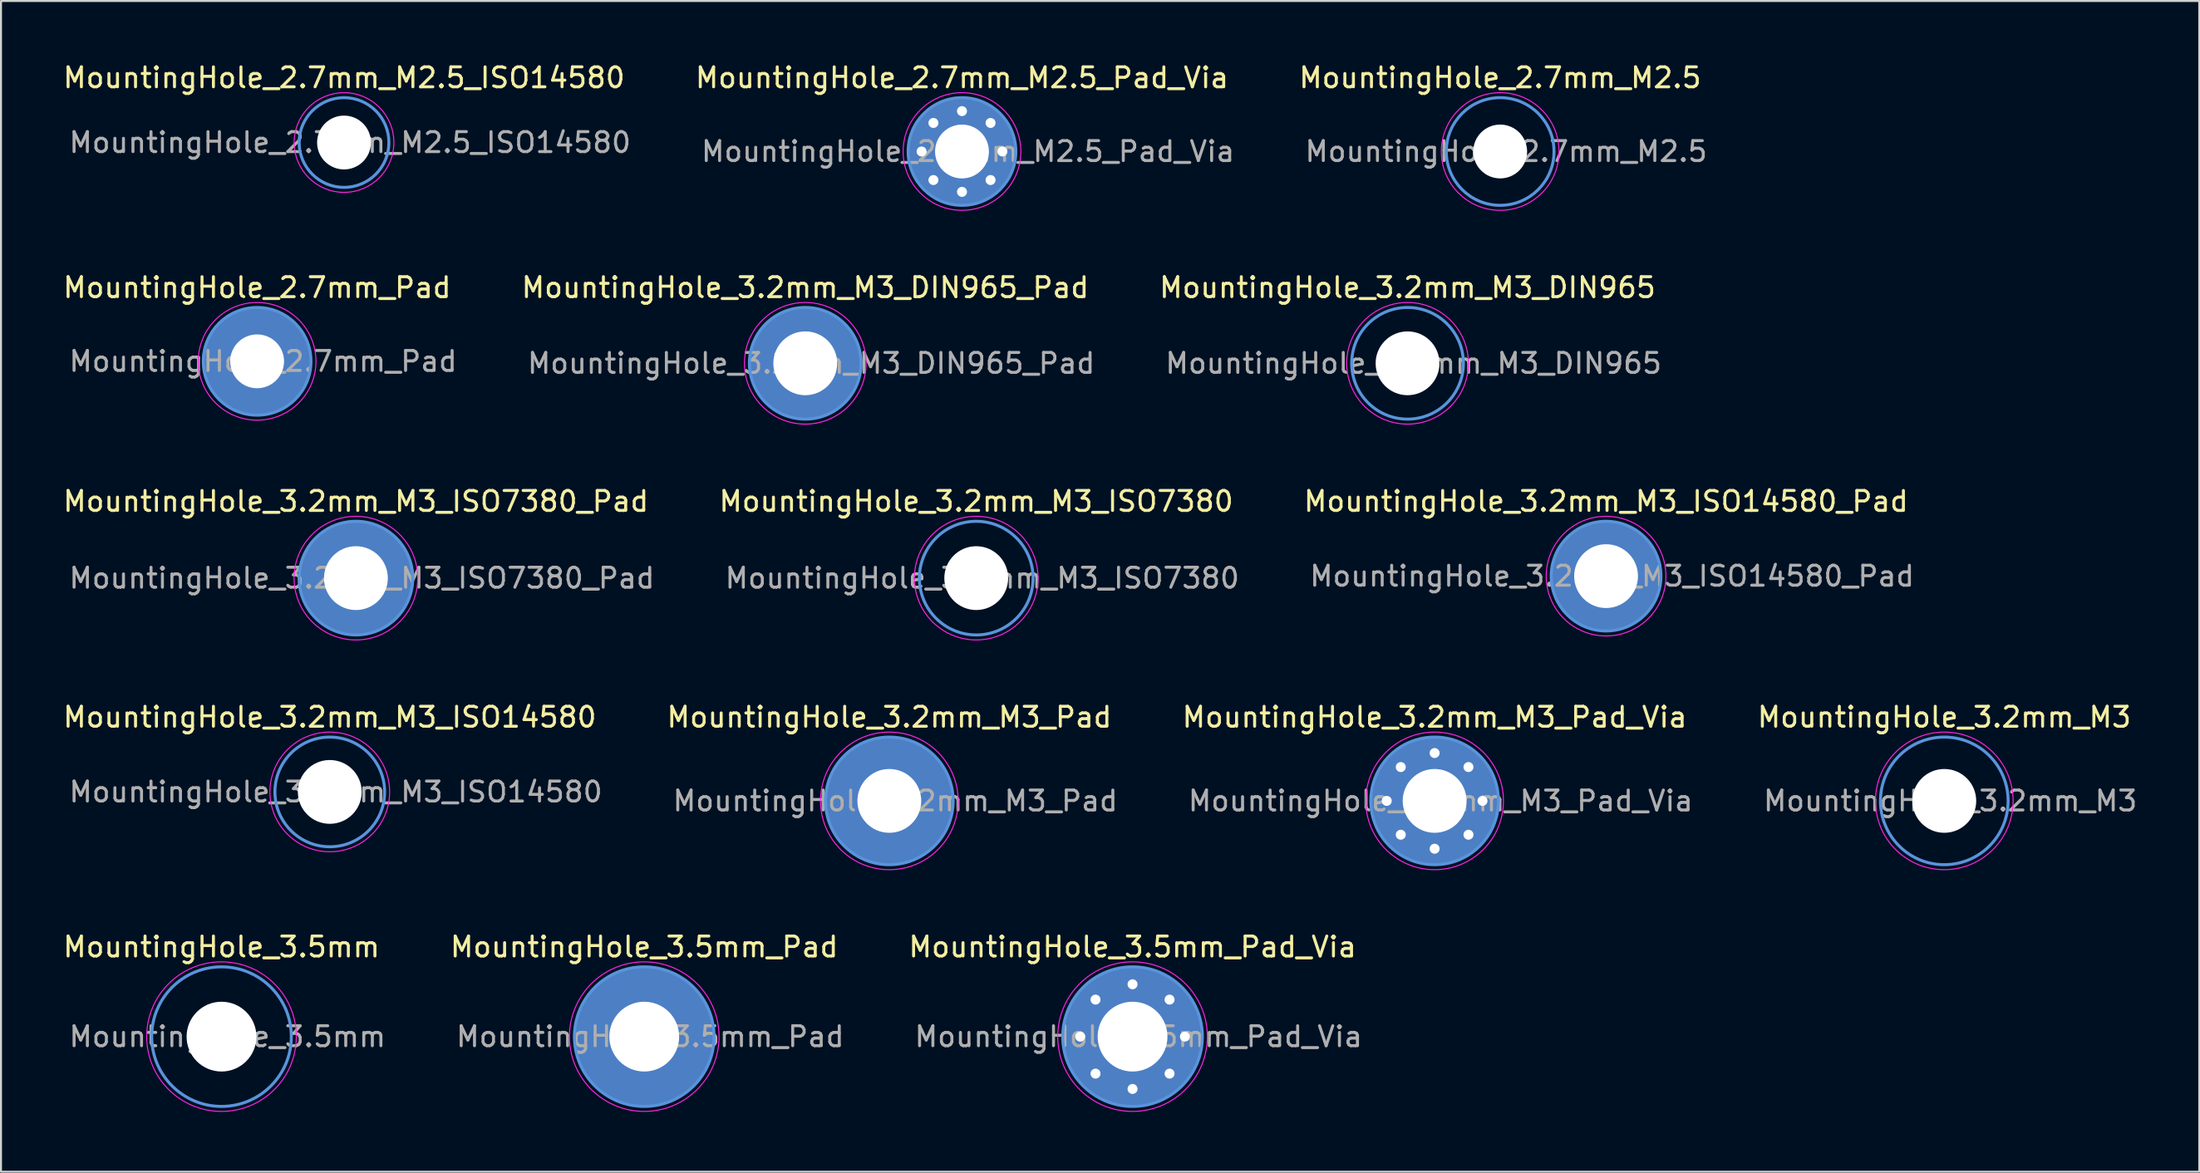
<source format=kicad_pcb>
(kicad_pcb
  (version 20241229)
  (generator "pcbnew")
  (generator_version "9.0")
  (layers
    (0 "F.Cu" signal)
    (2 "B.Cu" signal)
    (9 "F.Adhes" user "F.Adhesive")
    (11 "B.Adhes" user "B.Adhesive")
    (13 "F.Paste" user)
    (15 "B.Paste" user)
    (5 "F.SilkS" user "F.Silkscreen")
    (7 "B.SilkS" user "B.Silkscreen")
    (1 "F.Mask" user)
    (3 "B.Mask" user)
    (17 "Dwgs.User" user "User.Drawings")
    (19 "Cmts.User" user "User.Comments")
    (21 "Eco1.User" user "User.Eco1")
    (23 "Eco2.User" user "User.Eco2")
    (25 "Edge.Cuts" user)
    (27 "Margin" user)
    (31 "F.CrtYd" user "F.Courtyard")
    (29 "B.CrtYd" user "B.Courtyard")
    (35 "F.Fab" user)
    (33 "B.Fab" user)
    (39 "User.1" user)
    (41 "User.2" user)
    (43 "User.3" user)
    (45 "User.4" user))
  (footprint "MountingHole_3.2mm_M3_Pad_Via"
    (layer "F.Cu")
    (at 68.868 37.118)
    (property "Reference" "MountingHole_3.2mm_M3_Pad_Via" (at 0 -4.2 0) (layer "F.SilkS") (effects (font (size 1 1) (thickness 0.15))))
    (attr through_hole)
    (fp_circle (center 0 0) (end 3.2 0) (stroke (width 0.15) (type solid)) (fill no) (layer "Cmts.User"))
    (fp_circle (center 0 0) (end 3.45 0) (stroke (width 0.05) (type solid)) (fill no) (layer "F.CrtYd"))
    (fp_text user "${REFERENCE}" (at 0.3 0 0) (layer "F.Fab") (effects (font (size 1 1) (thickness 0.15))))
    (pad "" thru_hole circle (at -2.4 0) (size 0.8 0.8) (drill 0.5) (layers "*.Cu" "*.Mask"))
    (pad "" thru_hole circle (at -1.697 -1.697) (size 0.8 0.8) (drill 0.5) (layers "*.Cu" "*.Mask"))
    (pad "" thru_hole circle (at -1.697 1.697) (size 0.8 0.8) (drill 0.5) (layers "*.Cu" "*.Mask"))
    (pad "" thru_hole circle (at 0 -2.4) (size 0.8 0.8) (drill 0.5) (layers "*.Cu" "*.Mask"))
    (pad "" thru_hole circle (at 0 2.4) (size 0.8 0.8) (drill 0.5) (layers "*.Cu" "*.Mask"))
    (pad "" thru_hole circle (at 1.697 -1.697) (size 0.8 0.8) (drill 0.5) (layers "*.Cu" "*.Mask"))
    (pad "" thru_hole circle (at 1.697 1.697) (size 0.8 0.8) (drill 0.5) (layers "*.Cu" "*.Mask"))
    (pad "" thru_hole circle (at 2.4 0) (size 0.8 0.8) (drill 0.5) (layers "*.Cu" "*.Mask"))
    (pad "1" thru_hole circle (at 0 0) (size 6.4 6.4) (drill 3.2) (layers "*.Cu" "*.Mask")))
  (footprint "MountingHole_2.7mm_M2.5"
    (layer "F.Cu")
    (at 72.154 4.548)
    (property "Reference" "MountingHole_2.7mm_M2.5" (at 0 -3.7 0) (layer "F.SilkS") (effects (font (size 1 1) (thickness 0.15))))
    (attr through_hole)
    (fp_circle (center 0 0) (end 2.7 0) (stroke (width 0.15) (type solid)) (fill no) (layer "Cmts.User"))
    (fp_circle (center 0 0) (end 2.95 0) (stroke (width 0.05) (type solid)) (fill no) (layer "F.CrtYd"))
    (fp_text user "${REFERENCE}" (at 0.3 0 0) (layer "F.Fab") (effects (font (size 1 1) (thickness 0.15))))
    (pad "" np_thru_hole circle (at 0 0) (size 2.7 2.7) (drill 2.7) (layers "*.Cu" "*.Mask")))
  (footprint "MountingHole_3.2mm_M3_ISO14580"
    (layer "F.Cu")
    (at 13.482 36.668)
    (property "Reference" "MountingHole_3.2mm_M3_ISO14580" (at 0 -3.75 0) (layer "F.SilkS") (effects (font (size 1 1) (thickness 0.15))))
    (attr through_hole)
    (fp_circle (center 0 0) (end 2.75 0) (stroke (width 0.15) (type solid)) (fill no) (layer "Cmts.User"))
    (fp_circle (center 0 0) (end 3 0) (stroke (width 0.05) (type solid)) (fill no) (layer "F.CrtYd"))
    (fp_text user "${REFERENCE}" (at 0.3 0 0) (layer "F.Fab") (effects (font (size 1 1) (thickness 0.15))))
    (pad "" np_thru_hole circle (at 0 0) (size 3.2 3.2) (drill 3.2) (layers "*.Cu" "*.Mask")))
  (footprint "MountingHole_3.2mm_M3_ISO14580_Pad"
    (layer "F.Cu")
    (at 77.463 25.845)
    (property "Reference" "MountingHole_3.2mm_M3_ISO14580_Pad" (at 0 -3.75 0) (layer "F.SilkS") (effects (font (size 1 1) (thickness 0.15))))
    (attr through_hole)
    (fp_circle (center 0 0) (end 2.75 0) (stroke (width 0.15) (type solid)) (fill no) (layer "Cmts.User"))
    (fp_circle (center 0 0) (end 3 0) (stroke (width 0.05) (type solid)) (fill no) (layer "F.CrtYd"))
    (fp_text user "${REFERENCE}" (at 0.3 0 0) (layer "F.Fab") (effects (font (size 1 1) (thickness 0.15))))
    (pad "1" thru_hole circle (at 0 0) (size 5.5 5.5) (drill 3.2) (layers "*.Cu" "*.Mask")))
  (footprint "MountingHole_3.5mm"
    (layer "F.Cu")
    (at 8.054 48.941)
    (property "Reference" "MountingHole_3.5mm" (at 0 -4.5 0) (layer "F.SilkS") (effects (font (size 1 1) (thickness 0.15))))
    (attr through_hole)
    (fp_circle (center 0 0) (end 3.5 0) (stroke (width 0.15) (type solid)) (fill no) (layer "Cmts.User"))
    (fp_circle (center 0 0) (end 3.75 0) (stroke (width 0.05) (type solid)) (fill no) (layer "F.CrtYd"))
    (fp_text user "${REFERENCE}" (at 0.3 0 0) (layer "F.Fab") (effects (font (size 1 1) (thickness 0.15))))
    (pad "" np_thru_hole circle (at 0 0) (size 3.5 3.5) (drill 3.5) (layers "*.Cu" "*.Mask")))
  (footprint "MountingHole_3.5mm_Pad_Via"
    (layer "F.Cu")
    (at 53.725 48.941)
    (property "Reference" "MountingHole_3.5mm_Pad_Via" (at 0 -4.5 0) (layer "F.SilkS") (effects (font (size 1 1) (thickness 0.15))))
    (attr through_hole)
    (fp_circle (center 0 0) (end 3.5 0) (stroke (width 0.15) (type solid)) (fill no) (layer "Cmts.User"))
    (fp_circle (center 0 0) (end 3.75 0) (stroke (width 0.05) (type solid)) (fill no) (layer "F.CrtYd"))
    (fp_text user "${REFERENCE}" (at 0.3 0 0) (layer "F.Fab") (effects (font (size 1 1) (thickness 0.15))))
    (pad "" thru_hole circle (at -2.625 0) (size 0.8 0.8) (drill 0.5) (layers "*.Cu" "*.Mask"))
    (pad "" thru_hole circle (at -1.856 -1.856) (size 0.8 0.8) (drill 0.5) (layers "*.Cu" "*.Mask"))
    (pad "" thru_hole circle (at -1.856 1.856) (size 0.8 0.8) (drill 0.5) (layers "*.Cu" "*.Mask"))
    (pad "" thru_hole circle (at 0 -2.625) (size 0.8 0.8) (drill 0.5) (layers "*.Cu" "*.Mask"))
    (pad "" thru_hole circle (at 0 2.625) (size 0.8 0.8) (drill 0.5) (layers "*.Cu" "*.Mask"))
    (pad "" thru_hole circle (at 1.856 -1.856) (size 0.8 0.8) (drill 0.5) (layers "*.Cu" "*.Mask"))
    (pad "" thru_hole circle (at 1.856 1.856) (size 0.8 0.8) (drill 0.5) (layers "*.Cu" "*.Mask"))
    (pad "" thru_hole circle (at 2.625 0) (size 0.8 0.8) (drill 0.5) (layers "*.Cu" "*.Mask"))
    (pad "1" thru_hole circle (at 0 0) (size 7 7) (drill 3.5) (layers "*.Cu" "*.Mask")))
  (footprint "MountingHole_3.2mm_M3"
    (layer "F.Cu")
    (at 94.418 37.118)
    (property "Reference" "MountingHole_3.2mm_M3" (at 0 -4.2 0) (layer "F.SilkS") (effects (font (size 1 1) (thickness 0.15))))
    (attr through_hole)
    (fp_circle (center 0 0) (end 3.2 0) (stroke (width 0.15) (type solid)) (fill no) (layer "Cmts.User"))
    (fp_circle (center 0 0) (end 3.45 0) (stroke (width 0.05) (type solid)) (fill no) (layer "F.CrtYd"))
    (fp_text user "${REFERENCE}" (at 0.3 0 0) (layer "F.Fab") (effects (font (size 1 1) (thickness 0.15))))
    (pad "" np_thru_hole circle (at 0 0) (size 3.2 3.2) (drill 3.2) (layers "*.Cu" "*.Mask")))
  (footprint "MountingHole_3.2mm_M3_Pad"
    (layer "F.Cu")
    (at 41.532 37.118)
    (property "Reference" "MountingHole_3.2mm_M3_Pad" (at 0 -4.2 0) (layer "F.SilkS") (effects (font (size 1 1) (thickness 0.15))))
    (attr through_hole)
    (fp_circle (center 0 0) (end 3.2 0) (stroke (width 0.15) (type solid)) (fill no) (layer "Cmts.User"))
    (fp_circle (center 0 0) (end 3.45 0) (stroke (width 0.05) (type solid)) (fill no) (layer "F.CrtYd"))
    (fp_text user "${REFERENCE}" (at 0.3 0 0) (layer "F.Fab") (effects (font (size 1 1) (thickness 0.15))))
    (pad "1" thru_hole circle (at 0 0) (size 6.4 6.4) (drill 3.2) (layers "*.Cu" "*.Mask")))
  (footprint "MountingHole_3.2mm_M3_ISO7380_Pad"
    (layer "F.Cu")
    (at 14.792 25.945)
    (property "Reference" "MountingHole_3.2mm_M3_ISO7380_Pad" (at 0 -3.85 0) (layer "F.SilkS") (effects (font (size 1 1) (thickness 0.15))))
    (attr through_hole)
    (fp_circle (center 0 0) (end 2.85 0) (stroke (width 0.15) (type solid)) (fill no) (layer "Cmts.User"))
    (fp_circle (center 0 0) (end 3.1 0) (stroke (width 0.05) (type solid)) (fill no) (layer "F.CrtYd"))
    (fp_text user "${REFERENCE}" (at 0.3 0 0) (layer "F.Fab") (effects (font (size 1 1) (thickness 0.15))))
    (pad "1" thru_hole circle (at 0 0) (size 5.7 5.7) (drill 3.2) (layers "*.Cu" "*.Mask")))
  (footprint "MountingHole_3.2mm_M3_DIN965_Pad"
    (layer "F.Cu")
    (at 37.318 15.171)
    (property "Reference" "MountingHole_3.2mm_M3_DIN965_Pad" (at 0 -3.8 0) (layer "F.SilkS") (effects (font (size 1 1) (thickness 0.15))))
    (attr through_hole)
    (fp_circle (center 0 0) (end 2.8 0) (stroke (width 0.15) (type solid)) (fill no) (layer "Cmts.User"))
    (fp_circle (center 0 0) (end 3.05 0) (stroke (width 0.05) (type solid)) (fill no) (layer "F.CrtYd"))
    (fp_text user "${REFERENCE}" (at 0.3 0 0) (layer "F.Fab") (effects (font (size 1 1) (thickness 0.15))))
    (pad "1" thru_hole circle (at 0 0) (size 5.6 5.6) (drill 3.2) (layers "*.Cu" "*.Mask")))
  (footprint "MountingHole_2.7mm_Pad"
    (layer "F.Cu")
    (at 9.839 15.072)
    (property "Reference" "MountingHole_2.7mm_Pad" (at 0 -3.7 0) (layer "F.SilkS") (effects (font (size 1 1) (thickness 0.15))))
    (attr through_hole)
    (fp_circle (center 0 0) (end 2.7 0) (stroke (width 0.15) (type solid)) (fill no) (layer "Cmts.User"))
    (fp_circle (center 0 0) (end 2.95 0) (stroke (width 0.05) (type solid)) (fill no) (layer "F.CrtYd"))
    (fp_text user "${REFERENCE}" (at 0.3 0 0) (layer "F.Fab") (effects (font (size 1 1) (thickness 0.15))))
    (pad "1" thru_hole circle (at 0 0) (size 5.4 5.4) (drill 2.7) (layers "*.Cu" "*.Mask")))
  (footprint "MountingHole_2.7mm_M2.5_ISO14580"
    (layer "F.Cu")
    (at 14.196 4.098)
    (property "Reference" "MountingHole_2.7mm_M2.5_ISO14580" (at 0 -3.25 0) (layer "F.SilkS") (effects (font (size 1 1) (thickness 0.15))))
    (attr through_hole)
    (fp_circle (center 0 0) (end 2.25 0) (stroke (width 0.15) (type solid)) (fill no) (layer "Cmts.User"))
    (fp_circle (center 0 0) (end 2.5 0) (stroke (width 0.05) (type solid)) (fill no) (layer "F.CrtYd"))
    (fp_text user "${REFERENCE}" (at 0.3 0 0) (layer "F.Fab") (effects (font (size 1 1) (thickness 0.15))))
    (pad "" np_thru_hole circle (at 0 0) (size 2.7 2.7) (drill 2.7) (layers "*.Cu" "*.Mask")))
  (footprint "MountingHole_2.7mm_M2.5_Pad_Via"
    (layer "F.Cu")
    (at 45.175 4.548)
    (property "Reference" "MountingHole_2.7mm_M2.5_Pad_Via" (at 0 -3.7 0) (layer "F.SilkS") (effects (font (size 1 1) (thickness 0.15))))
    (attr through_hole)
    (fp_circle (center 0 0) (end 2.7 0) (stroke (width 0.15) (type solid)) (fill no) (layer "Cmts.User"))
    (fp_circle (center 0 0) (end 2.95 0) (stroke (width 0.05) (type solid)) (fill no) (layer "F.CrtYd"))
    (fp_text user "${REFERENCE}" (at 0.3 0 0) (layer "F.Fab") (effects (font (size 1 1) (thickness 0.15))))
    (pad "" thru_hole circle (at -2.025 0) (size 0.6 0.6) (drill 0.5) (layers "*.Cu" "*.Mask"))
    (pad "" thru_hole circle (at -1.432 -1.432) (size 0.6 0.6) (drill 0.5) (layers "*.Cu" "*.Mask"))
    (pad "" thru_hole circle (at -1.432 1.432) (size 0.6 0.6) (drill 0.5) (layers "*.Cu" "*.Mask"))
    (pad "" thru_hole circle (at 0 -2.025) (size 0.6 0.6) (drill 0.5) (layers "*.Cu" "*.Mask"))
    (pad "" thru_hole circle (at 0 2.025) (size 0.6 0.6) (drill 0.5) (layers "*.Cu" "*.Mask"))
    (pad "" thru_hole circle (at 1.432 -1.432) (size 0.6 0.6) (drill 0.5) (layers "*.Cu" "*.Mask"))
    (pad "" thru_hole circle (at 1.432 1.432) (size 0.6 0.6) (drill 0.5) (layers "*.Cu" "*.Mask"))
    (pad "" thru_hole circle (at 2.025 0) (size 0.6 0.6) (drill 0.5) (layers "*.Cu" "*.Mask"))
    (pad "1" thru_hole circle (at 0 0) (size 5.4 5.4) (drill 2.7) (layers "*.Cu" "*.Mask")))
  (footprint "MountingHole_3.2mm_M3_ISO7380"
    (layer "F.Cu")
    (at 45.889 25.945)
    (property "Reference" "MountingHole_3.2mm_M3_ISO7380" (at 0 -3.85 0) (layer "F.SilkS") (effects (font (size 1 1) (thickness 0.15))))
    (attr through_hole)
    (fp_circle (center 0 0) (end 2.85 0) (stroke (width 0.15) (type solid)) (fill no) (layer "Cmts.User"))
    (fp_circle (center 0 0) (end 3.1 0) (stroke (width 0.05) (type solid)) (fill no) (layer "F.CrtYd"))
    (fp_text user "${REFERENCE}" (at 0.3 0 0) (layer "F.Fab") (effects (font (size 1 1) (thickness 0.15))))
    (pad "" np_thru_hole circle (at 0 0) (size 3.2 3.2) (drill 3.2) (layers "*.Cu" "*.Mask")))
  (footprint "MountingHole_3.2mm_M3_DIN965"
    (layer "F.Cu")
    (at 67.511 15.171)
    (property "Reference" "MountingHole_3.2mm_M3_DIN965" (at 0 -3.8 0) (layer "F.SilkS") (effects (font (size 1 1) (thickness 0.15))))
    (attr through_hole)
    (fp_circle (center 0 0) (end 2.8 0) (stroke (width 0.15) (type solid)) (fill no) (layer "Cmts.User"))
    (fp_circle (center 0 0) (end 3.05 0) (stroke (width 0.05) (type solid)) (fill no) (layer "F.CrtYd"))
    (fp_text user "${REFERENCE}" (at 0.3 0 0) (layer "F.Fab") (effects (font (size 1 1) (thickness 0.15))))
    (pad "" np_thru_hole circle (at 0 0) (size 3.2 3.2) (drill 3.2) (layers "*.Cu" "*.Mask")))
  (footprint "MountingHole_3.5mm_Pad"
    (layer "F.Cu")
    (at 29.246 48.941)
    (property "Reference" "MountingHole_3.5mm_Pad" (at 0 -4.5 0) (layer "F.SilkS") (effects (font (size 1 1) (thickness 0.15))))
    (attr through_hole)
    (fp_circle (center 0 0) (end 3.5 0) (stroke (width 0.15) (type solid)) (fill no) (layer "Cmts.User"))
    (fp_circle (center 0 0) (end 3.75 0) (stroke (width 0.05) (type solid)) (fill no) (layer "F.CrtYd"))
    (fp_text user "${REFERENCE}" (at 0.3 0 0) (layer "F.Fab") (effects (font (size 1 1) (thickness 0.15))))
    (pad "1" thru_hole circle (at 0 0) (size 7 7) (drill 3.5) (layers "*.Cu" "*.Mask")))
  (gr_rect
    (start -3 -3)
    (end 107.2 55.716)
    (stroke (width 0.1) (type default))
    (fill no)
    (layer "Edge.Cuts")))
</source>
